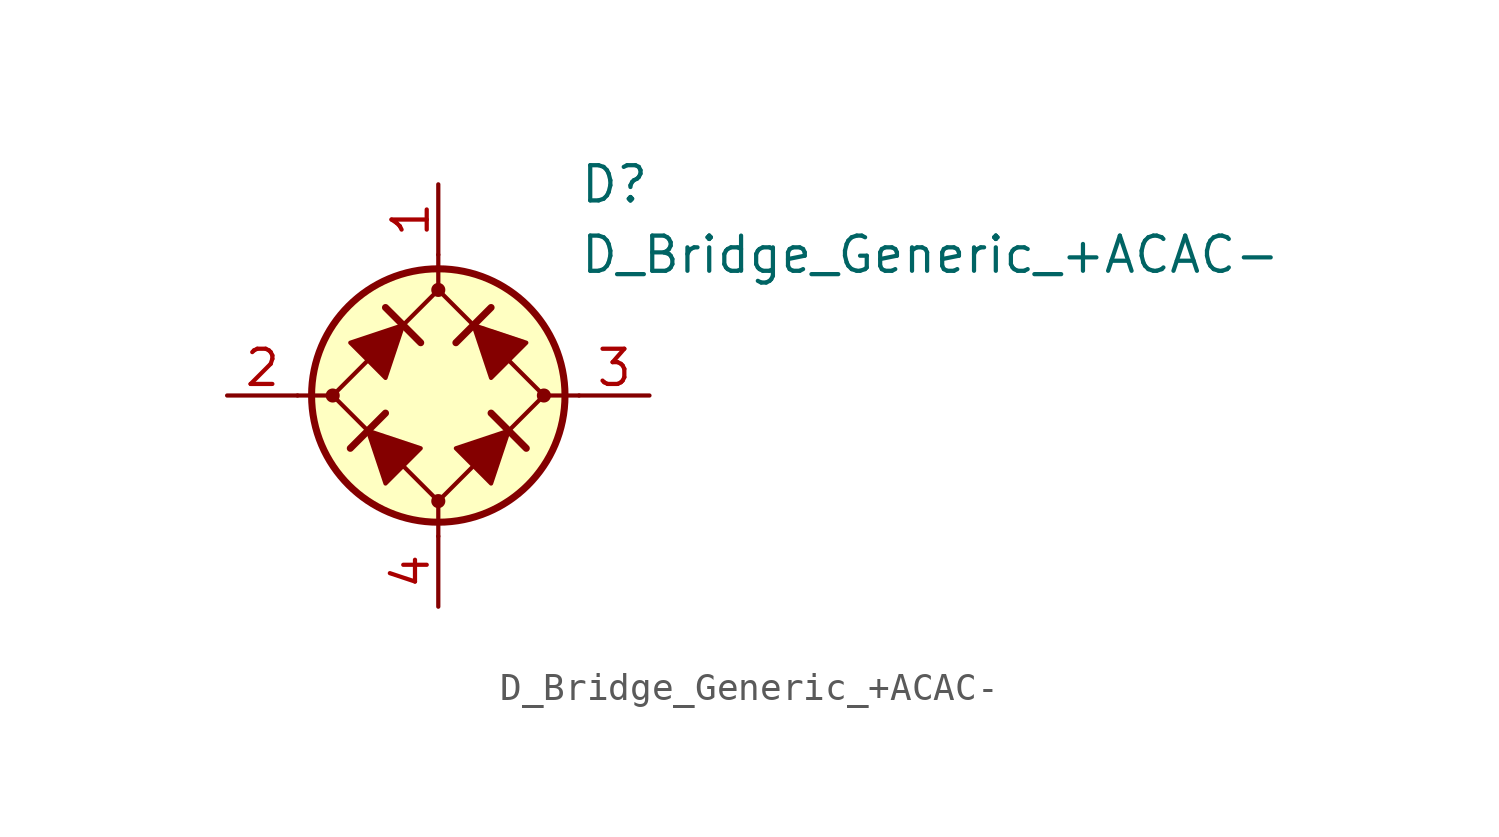
<source format=kicad_sym>
(kicad_symbol_lib
  (version 20231120)
  (generator "kicad_symbol_editor")
  (generator_version "8.0")
  (symbol "D_Bridge_Generic_+ACAC-"
    (pin_names
      (offset 1.016) hide)
    (property "Reference" "D"
      (at 5.08 7.62 0)
      (effects (font (size 1.27 1.27)) (justify left)))
    (property "Value" "D_Bridge_Generic_+ACAC-"
      (at 5.08 5.08 0)
      (effects (font (size 1.27 1.27)) (justify left)))
    (symbol "D_Bridge_Generic_+ACAC-_0_1"
      (circle (center -3.81 0) (radius 0.178) (stroke (width 0) (type default)) (fill (type outline)))
      (polyline (pts (xy -5.08 0) (xy -3.81 0)) (stroke (width 0) (type default)) (fill (type none)))
      (polyline (pts (xy -1.905 -0.635) (xy -3.175 -1.905)) (stroke (width 0.254) (type default)) (fill (type none)))
      (polyline (pts (xy -1.905 3.175) (xy -0.635 1.905)) (stroke (width 0.254) (type default)) (fill (type none)))
      (polyline (pts (xy 0 -5.08) (xy 0 -3.81)) (stroke (width 0) (type default)) (fill (type none)))
      (polyline (pts (xy 0 5.08) (xy 0 3.81)) (stroke (width 0) (type default)) (fill (type none)))
      (polyline (pts (xy 1.905 3.175) (xy 0.635 1.905)) (stroke (width 0.254) (type default)) (fill (type none)))
      (polyline (pts (xy 3.175 -1.905) (xy 1.905 -0.635)) (stroke (width 0.254) (type default)) (fill (type none)))
      (polyline (pts (xy 5.08 0) (xy 3.81 0)) (stroke (width 0) (type default)) (fill (type none)))
      (polyline (pts (xy -2.54 -1.27) (xy -1.905 -3.175) (xy -0.635 -1.905) (xy -2.54 -1.27)) (stroke (width 0) (type default)) (fill (type outline)))
      (polyline (pts (xy -1.27 2.54) (xy -1.905 0.635) (xy -3.175 1.905) (xy -1.27 2.54)) (stroke (width 0) (type default)) (fill (type outline)))
      (polyline (pts (xy 1.27 2.54) (xy 3.175 1.905) (xy 1.905 0.635) (xy 1.27 2.54)) (stroke (width 0) (type default)) (fill (type outline)))
      (polyline (pts (xy 2.54 -1.27) (xy 0.635 -1.905) (xy 1.905 -3.175) (xy 2.54 -1.27)) (stroke (width 0) (type default)) (fill (type outline)))
      (polyline (pts (xy 0 3.81) (xy -3.81 0) (xy 0 -3.81) (xy 3.81 0) (xy 0 3.81)) (stroke (width 0) (type default)) (fill (type none)))
      (circle (center 0 0) (radius 4.572) (stroke (width 0.254) (type default)) (fill (type background))))
    (symbol "D_Bridge_Generic_+ACAC-_1_1"
      (circle (center 0 -3.81) (radius 0.178) (stroke (width 0) (type default)) (fill (type outline)))
      (circle (center 0 3.81) (radius 0.178) (stroke (width 0) (type default)) (fill (type outline)))
      (circle (center 3.81 0) (radius 0.178) (stroke (width 0) (type default)) (fill (type outline)))
      (pin passive line (at 0 7.62 270) (length 2.54) (name "+" (effects (font (size 1.27 1.27)))) (number "1" (effects (font (size 1.27 1.27)))))
      (pin passive line (at -7.62 0 0) (length 2.54) (name "1" (effects (font (size 1.27 1.27)))) (number "2" (effects (font (size 1.27 1.27)))))
      (pin passive line (at 7.62 0 180) (length 2.54) (name "2" (effects (font (size 1.27 1.27)))) (number "3" (effects (font (size 1.27 1.27)))))
      (pin passive line (at 0 -7.62 90) (length 2.54) (name "-" (effects (font (size 1.27 1.27)))) (number "4" (effects (font (size 1.27 1.27))))))))
</source>
